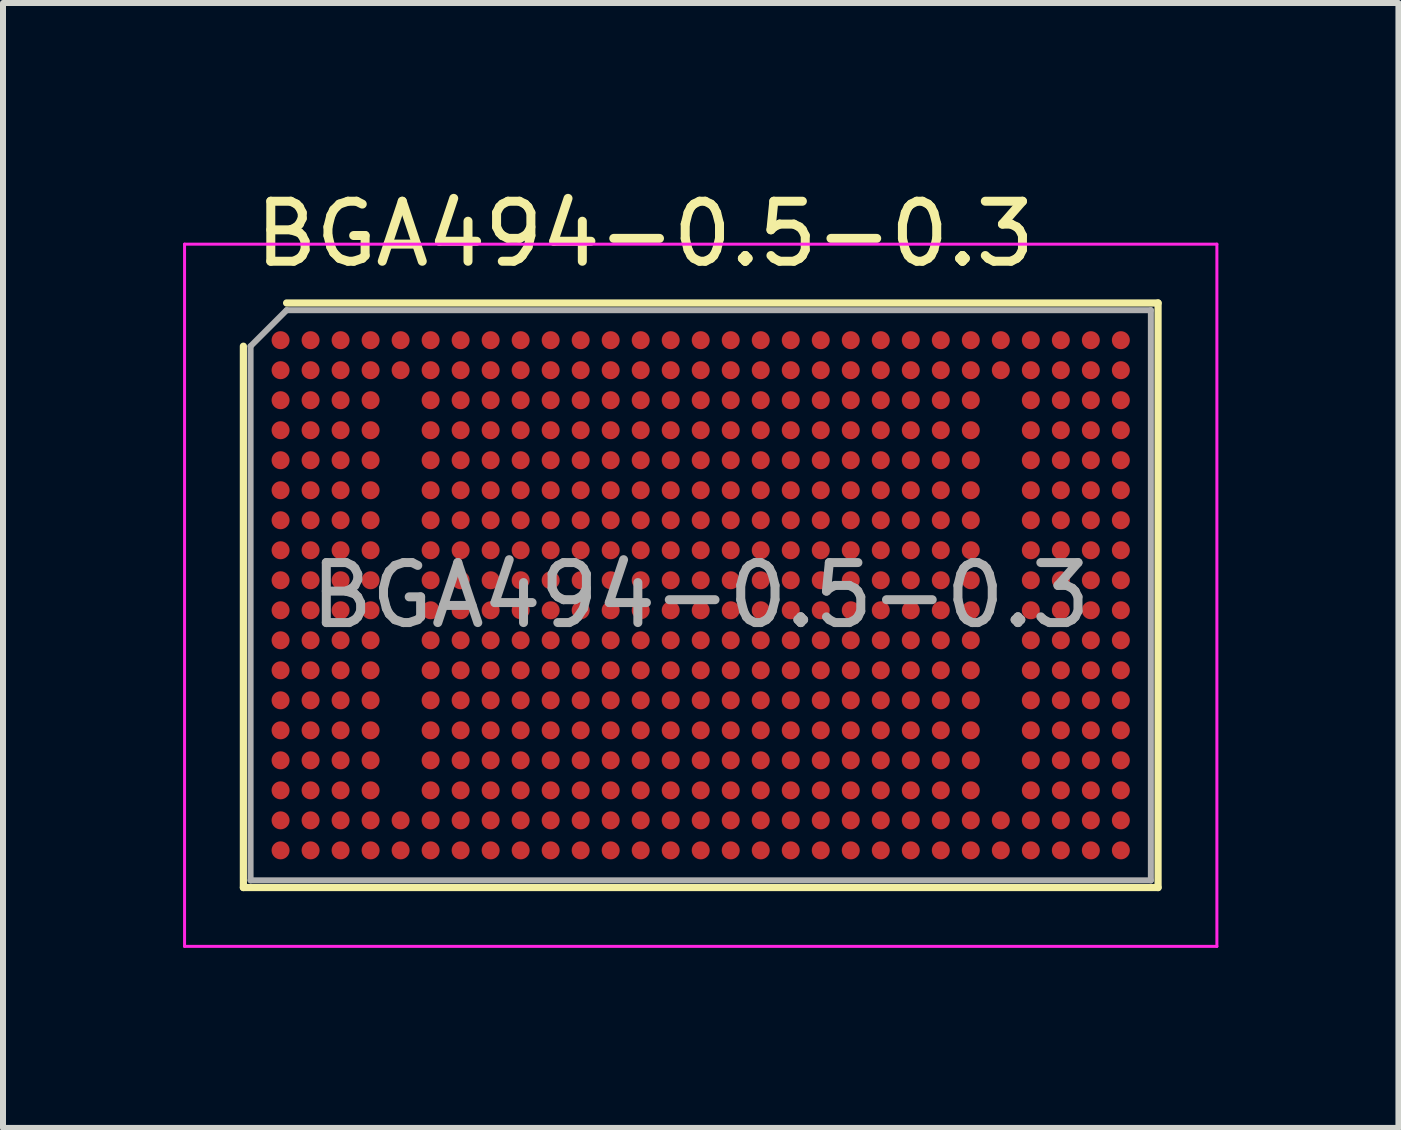
<source format=kicad_pcb>
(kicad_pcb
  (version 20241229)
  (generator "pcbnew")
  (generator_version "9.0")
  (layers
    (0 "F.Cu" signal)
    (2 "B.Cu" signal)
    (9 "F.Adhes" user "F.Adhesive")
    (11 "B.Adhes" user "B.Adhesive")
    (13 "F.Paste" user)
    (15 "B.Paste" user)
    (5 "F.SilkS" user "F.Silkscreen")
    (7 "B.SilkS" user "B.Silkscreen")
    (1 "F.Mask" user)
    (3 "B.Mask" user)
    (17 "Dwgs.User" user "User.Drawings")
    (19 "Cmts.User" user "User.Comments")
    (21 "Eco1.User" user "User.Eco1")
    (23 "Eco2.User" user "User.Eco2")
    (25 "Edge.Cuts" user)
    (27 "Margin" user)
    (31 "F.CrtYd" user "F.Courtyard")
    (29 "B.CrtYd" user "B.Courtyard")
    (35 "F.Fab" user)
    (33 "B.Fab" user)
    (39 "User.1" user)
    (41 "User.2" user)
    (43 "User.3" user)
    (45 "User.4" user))
  (footprint "BGA494-0.5-0.3"
    (layer "F.Cu")
    (at 8.625 6.868)
    (property "Reference" "BGA494-0.5-0.3" (at -7.5 -6.02 0) (layer "F.SilkS") (effects (font (size 1 1) (thickness 0.15)) (justify left)))
    (attr smd)
    (fp_line (start -7.62 -4.15) (end -7.62 4.87) (stroke (width 0.12) (type solid)) (layer "F.SilkS"))
    (fp_line (start -6.9 -4.87) (end 7.62 -4.87) (stroke (width 0.12) (type solid)) (layer "F.SilkS"))
    (fp_line (start 7.62 4.87) (end -7.62 4.87) (stroke (width 0.12) (type solid)) (layer "F.SilkS"))
    (fp_line (start 7.62 4.87) (end 7.62 -4.87) (stroke (width 0.12) (type solid)) (layer "F.SilkS"))
    (fp_line (start -8.6 -5.85) (end -8.6 5.85) (stroke (width 0.05) (type solid)) (layer "F.CrtYd"))
    (fp_line (start -8.6 -5.85) (end 8.6 -5.85) (stroke (width 0.05) (type solid)) (layer "F.CrtYd"))
    (fp_line (start 8.6 5.85) (end -8.6 5.85) (stroke (width 0.05) (type solid)) (layer "F.CrtYd"))
    (fp_line (start 8.6 5.85) (end 8.6 -5.85) (stroke (width 0.05) (type solid)) (layer "F.CrtYd"))
    (fp_line (start -7.5 -4.15) (end -7.5 4.75) (stroke (width 0.1) (type solid)) (layer "F.Fab"))
    (fp_line (start -6.9 -4.75) (end -7.5 -4.15) (stroke (width 0.1) (type solid)) (layer "F.Fab"))
    (fp_line (start -6.9 -4.75) (end 7.5 -4.75) (stroke (width 0.1) (type solid)) (layer "F.Fab"))
    (fp_line (start 7.5 4.75) (end -7.5 4.75) (stroke (width 0.1) (type solid)) (layer "F.Fab"))
    (fp_line (start 7.5 4.75) (end 7.5 -4.75) (stroke (width 0.1) (type solid)) (layer "F.Fab"))
    (fp_text user "${REFERENCE}" (at 0 0 0) (layer "F.Fab") (effects (font (size 1 1) (thickness 0.15))))
    (pad "A1" smd circle (at -7 -4.25) (size 0.3 0.3) (layers "F.Cu" "F.Mask" "F.Paste"))
    (pad "A2" smd circle (at -6.5 -4.25) (size 0.3 0.3) (layers "F.Cu" "F.Mask" "F.Paste"))
    (pad "A3" smd circle (at -6 -4.25) (size 0.3 0.3) (layers "F.Cu" "F.Mask" "F.Paste"))
    (pad "A4" smd circle (at -5.5 -4.25) (size 0.3 0.3) (layers "F.Cu" "F.Mask" "F.Paste"))
    (pad "A5" smd circle (at -5 -4.25) (size 0.3 0.3) (layers "F.Cu" "F.Mask" "F.Paste"))
    (pad "A6" smd circle (at -4.5 -4.25) (size 0.3 0.3) (layers "F.Cu" "F.Mask" "F.Paste"))
    (pad "A7" smd circle (at -4 -4.25) (size 0.3 0.3) (layers "F.Cu" "F.Mask" "F.Paste"))
    (pad "A8" smd circle (at -3.5 -4.25) (size 0.3 0.3) (layers "F.Cu" "F.Mask" "F.Paste"))
    (pad "A9" smd circle (at -3 -4.25) (size 0.3 0.3) (layers "F.Cu" "F.Mask" "F.Paste"))
    (pad "A10" smd circle (at -2.5 -4.25) (size 0.3 0.3) (layers "F.Cu" "F.Mask" "F.Paste"))
    (pad "A11" smd circle (at -2 -4.25) (size 0.3 0.3) (layers "F.Cu" "F.Mask" "F.Paste"))
    (pad "A12" smd circle (at -1.5 -4.25) (size 0.3 0.3) (layers "F.Cu" "F.Mask" "F.Paste"))
    (pad "A13" smd circle (at -1 -4.25) (size 0.3 0.3) (layers "F.Cu" "F.Mask" "F.Paste"))
    (pad "A14" smd circle (at -0.5 -4.25) (size 0.3 0.3) (layers "F.Cu" "F.Mask" "F.Paste"))
    (pad "A15" smd circle (at 0 -4.25) (size 0.3 0.3) (layers "F.Cu" "F.Mask" "F.Paste"))
    (pad "A16" smd circle (at 0.5 -4.25) (size 0.3 0.3) (layers "F.Cu" "F.Mask" "F.Paste"))
    (pad "A17" smd circle (at 1 -4.25) (size 0.3 0.3) (layers "F.Cu" "F.Mask" "F.Paste"))
    (pad "A18" smd circle (at 1.5 -4.25) (size 0.3 0.3) (layers "F.Cu" "F.Mask" "F.Paste"))
    (pad "A19" smd circle (at 2 -4.25) (size 0.3 0.3) (layers "F.Cu" "F.Mask" "F.Paste"))
    (pad "A20" smd circle (at 2.5 -4.25) (size 0.3 0.3) (layers "F.Cu" "F.Mask" "F.Paste"))
    (pad "A21" smd circle (at 3 -4.25) (size 0.3 0.3) (layers "F.Cu" "F.Mask" "F.Paste"))
    (pad "A22" smd circle (at 3.5 -4.25) (size 0.3 0.3) (layers "F.Cu" "F.Mask" "F.Paste"))
    (pad "A23" smd circle (at 4 -4.25) (size 0.3 0.3) (layers "F.Cu" "F.Mask" "F.Paste"))
    (pad "A24" smd circle (at 4.5 -4.25) (size 0.3 0.3) (layers "F.Cu" "F.Mask" "F.Paste"))
    (pad "A25" smd circle (at 5 -4.25) (size 0.3 0.3) (layers "F.Cu" "F.Mask" "F.Paste"))
    (pad "A26" smd circle (at 5.5 -4.25) (size 0.3 0.3) (layers "F.Cu" "F.Mask" "F.Paste"))
    (pad "A27" smd circle (at 6 -4.25) (size 0.3 0.3) (layers "F.Cu" "F.Mask" "F.Paste"))
    (pad "A28" smd circle (at 6.5 -4.25) (size 0.3 0.3) (layers "F.Cu" "F.Mask" "F.Paste"))
    (pad "A29" smd circle (at 7 -4.25) (size 0.3 0.3) (layers "F.Cu" "F.Mask" "F.Paste"))
    (pad "B1" smd circle (at -7 -3.75) (size 0.3 0.3) (layers "F.Cu" "F.Mask" "F.Paste"))
    (pad "B2" smd circle (at -6.5 -3.75) (size 0.3 0.3) (layers "F.Cu" "F.Mask" "F.Paste"))
    (pad "B3" smd circle (at -6 -3.75) (size 0.3 0.3) (layers "F.Cu" "F.Mask" "F.Paste"))
    (pad "B4" smd circle (at -5.5 -3.75) (size 0.3 0.3) (layers "F.Cu" "F.Mask" "F.Paste"))
    (pad "B5" smd circle (at -5 -3.75) (size 0.3 0.3) (layers "F.Cu" "F.Mask" "F.Paste"))
    (pad "B6" smd circle (at -4.5 -3.75) (size 0.3 0.3) (layers "F.Cu" "F.Mask" "F.Paste"))
    (pad "B7" smd circle (at -4 -3.75) (size 0.3 0.3) (layers "F.Cu" "F.Mask" "F.Paste"))
    (pad "B8" smd circle (at -3.5 -3.75) (size 0.3 0.3) (layers "F.Cu" "F.Mask" "F.Paste"))
    (pad "B9" smd circle (at -3 -3.75) (size 0.3 0.3) (layers "F.Cu" "F.Mask" "F.Paste"))
    (pad "B10" smd circle (at -2.5 -3.75) (size 0.3 0.3) (layers "F.Cu" "F.Mask" "F.Paste"))
    (pad "B11" smd circle (at -2 -3.75) (size 0.3 0.3) (layers "F.Cu" "F.Mask" "F.Paste"))
    (pad "B12" smd circle (at -1.5 -3.75) (size 0.3 0.3) (layers "F.Cu" "F.Mask" "F.Paste"))
    (pad "B13" smd circle (at -1 -3.75) (size 0.3 0.3) (layers "F.Cu" "F.Mask" "F.Paste"))
    (pad "B14" smd circle (at -0.5 -3.75) (size 0.3 0.3) (layers "F.Cu" "F.Mask" "F.Paste"))
    (pad "B15" smd circle (at 0 -3.75) (size 0.3 0.3) (layers "F.Cu" "F.Mask" "F.Paste"))
    (pad "B16" smd circle (at 0.5 -3.75) (size 0.3 0.3) (layers "F.Cu" "F.Mask" "F.Paste"))
    (pad "B17" smd circle (at 1 -3.75) (size 0.3 0.3) (layers "F.Cu" "F.Mask" "F.Paste"))
    (pad "B18" smd circle (at 1.5 -3.75) (size 0.3 0.3) (layers "F.Cu" "F.Mask" "F.Paste"))
    (pad "B19" smd circle (at 2 -3.75) (size 0.3 0.3) (layers "F.Cu" "F.Mask" "F.Paste"))
    (pad "B20" smd circle (at 2.5 -3.75) (size 0.3 0.3) (layers "F.Cu" "F.Mask" "F.Paste"))
    (pad "B21" smd circle (at 3 -3.75) (size 0.3 0.3) (layers "F.Cu" "F.Mask" "F.Paste"))
    (pad "B22" smd circle (at 3.5 -3.75) (size 0.3 0.3) (layers "F.Cu" "F.Mask" "F.Paste"))
    (pad "B23" smd circle (at 4 -3.75) (size 0.3 0.3) (layers "F.Cu" "F.Mask" "F.Paste"))
    (pad "B24" smd circle (at 4.5 -3.75) (size 0.3 0.3) (layers "F.Cu" "F.Mask" "F.Paste"))
    (pad "B25" smd circle (at 5 -3.75) (size 0.3 0.3) (layers "F.Cu" "F.Mask" "F.Paste"))
    (pad "B26" smd circle (at 5.5 -3.75) (size 0.3 0.3) (layers "F.Cu" "F.Mask" "F.Paste"))
    (pad "B27" smd circle (at 6 -3.75) (size 0.3 0.3) (layers "F.Cu" "F.Mask" "F.Paste"))
    (pad "B28" smd circle (at 6.5 -3.75) (size 0.3 0.3) (layers "F.Cu" "F.Mask" "F.Paste"))
    (pad "B29" smd circle (at 7 -3.75) (size 0.3 0.3) (layers "F.Cu" "F.Mask" "F.Paste"))
    (pad "C1" smd circle (at -7 -3.25) (size 0.3 0.3) (layers "F.Cu" "F.Mask" "F.Paste"))
    (pad "C2" smd circle (at -6.5 -3.25) (size 0.3 0.3) (layers "F.Cu" "F.Mask" "F.Paste"))
    (pad "C3" smd circle (at -6 -3.25) (size 0.3 0.3) (layers "F.Cu" "F.Mask" "F.Paste"))
    (pad "C4" smd circle (at -5.5 -3.25) (size 0.3 0.3) (layers "F.Cu" "F.Mask" "F.Paste"))
    (pad "C6" smd circle (at -4.5 -3.25) (size 0.3 0.3) (layers "F.Cu" "F.Mask" "F.Paste"))
    (pad "C7" smd circle (at -4 -3.25) (size 0.3 0.3) (layers "F.Cu" "F.Mask" "F.Paste"))
    (pad "C8" smd circle (at -3.5 -3.25) (size 0.3 0.3) (layers "F.Cu" "F.Mask" "F.Paste"))
    (pad "C9" smd circle (at -3 -3.25) (size 0.3 0.3) (layers "F.Cu" "F.Mask" "F.Paste"))
    (pad "C10" smd circle (at -2.5 -3.25) (size 0.3 0.3) (layers "F.Cu" "F.Mask" "F.Paste"))
    (pad "C11" smd circle (at -2 -3.25) (size 0.3 0.3) (layers "F.Cu" "F.Mask" "F.Paste"))
    (pad "C12" smd circle (at -1.5 -3.25) (size 0.3 0.3) (layers "F.Cu" "F.Mask" "F.Paste"))
    (pad "C13" smd circle (at -1 -3.25) (size 0.3 0.3) (layers "F.Cu" "F.Mask" "F.Paste"))
    (pad "C14" smd circle (at -0.5 -3.25) (size 0.3 0.3) (layers "F.Cu" "F.Mask" "F.Paste"))
    (pad "C15" smd circle (at 0 -3.25) (size 0.3 0.3) (layers "F.Cu" "F.Mask" "F.Paste"))
    (pad "C16" smd circle (at 0.5 -3.25) (size 0.3 0.3) (layers "F.Cu" "F.Mask" "F.Paste"))
    (pad "C17" smd circle (at 1 -3.25) (size 0.3 0.3) (layers "F.Cu" "F.Mask" "F.Paste"))
    (pad "C18" smd circle (at 1.5 -3.25) (size 0.3 0.3) (layers "F.Cu" "F.Mask" "F.Paste"))
    (pad "C19" smd circle (at 2 -3.25) (size 0.3 0.3) (layers "F.Cu" "F.Mask" "F.Paste"))
    (pad "C20" smd circle (at 2.5 -3.25) (size 0.3 0.3) (layers "F.Cu" "F.Mask" "F.Paste"))
    (pad "C21" smd circle (at 3 -3.25) (size 0.3 0.3) (layers "F.Cu" "F.Mask" "F.Paste"))
    (pad "C22" smd circle (at 3.5 -3.25) (size 0.3 0.3) (layers "F.Cu" "F.Mask" "F.Paste"))
    (pad "C23" smd circle (at 4 -3.25) (size 0.3 0.3) (layers "F.Cu" "F.Mask" "F.Paste"))
    (pad "C24" smd circle (at 4.5 -3.25) (size 0.3 0.3) (layers "F.Cu" "F.Mask" "F.Paste"))
    (pad "C26" smd circle (at 5.5 -3.25) (size 0.3 0.3) (layers "F.Cu" "F.Mask" "F.Paste"))
    (pad "C27" smd circle (at 6 -3.25) (size 0.3 0.3) (layers "F.Cu" "F.Mask" "F.Paste"))
    (pad "C28" smd circle (at 6.5 -3.25) (size 0.3 0.3) (layers "F.Cu" "F.Mask" "F.Paste"))
    (pad "C29" smd circle (at 7 -3.25) (size 0.3 0.3) (layers "F.Cu" "F.Mask" "F.Paste"))
    (pad "D1" smd circle (at -7 -2.75) (size 0.3 0.3) (layers "F.Cu" "F.Mask" "F.Paste"))
    (pad "D2" smd circle (at -6.5 -2.75) (size 0.3 0.3) (layers "F.Cu" "F.Mask" "F.Paste"))
    (pad "D3" smd circle (at -6 -2.75) (size 0.3 0.3) (layers "F.Cu" "F.Mask" "F.Paste"))
    (pad "D4" smd circle (at -5.5 -2.75) (size 0.3 0.3) (layers "F.Cu" "F.Mask" "F.Paste"))
    (pad "D6" smd circle (at -4.5 -2.75) (size 0.3 0.3) (layers "F.Cu" "F.Mask" "F.Paste"))
    (pad "D7" smd circle (at -4 -2.75) (size 0.3 0.3) (layers "F.Cu" "F.Mask" "F.Paste"))
    (pad "D8" smd circle (at -3.5 -2.75) (size 0.3 0.3) (layers "F.Cu" "F.Mask" "F.Paste"))
    (pad "D9" smd circle (at -3 -2.75) (size 0.3 0.3) (layers "F.Cu" "F.Mask" "F.Paste"))
    (pad "D10" smd circle (at -2.5 -2.75) (size 0.3 0.3) (layers "F.Cu" "F.Mask" "F.Paste"))
    (pad "D11" smd circle (at -2 -2.75) (size 0.3 0.3) (layers "F.Cu" "F.Mask" "F.Paste"))
    (pad "D12" smd circle (at -1.5 -2.75) (size 0.3 0.3) (layers "F.Cu" "F.Mask" "F.Paste"))
    (pad "D13" smd circle (at -1 -2.75) (size 0.3 0.3) (layers "F.Cu" "F.Mask" "F.Paste"))
    (pad "D14" smd circle (at -0.5 -2.75) (size 0.3 0.3) (layers "F.Cu" "F.Mask" "F.Paste"))
    (pad "D15" smd circle (at 0 -2.75) (size 0.3 0.3) (layers "F.Cu" "F.Mask" "F.Paste"))
    (pad "D16" smd circle (at 0.5 -2.75) (size 0.3 0.3) (layers "F.Cu" "F.Mask" "F.Paste"))
    (pad "D17" smd circle (at 1 -2.75) (size 0.3 0.3) (layers "F.Cu" "F.Mask" "F.Paste"))
    (pad "D18" smd circle (at 1.5 -2.75) (size 0.3 0.3) (layers "F.Cu" "F.Mask" "F.Paste"))
    (pad "D19" smd circle (at 2 -2.75) (size 0.3 0.3) (layers "F.Cu" "F.Mask" "F.Paste"))
    (pad "D20" smd circle (at 2.5 -2.75) (size 0.3 0.3) (layers "F.Cu" "F.Mask" "F.Paste"))
    (pad "D21" smd circle (at 3 -2.75) (size 0.3 0.3) (layers "F.Cu" "F.Mask" "F.Paste"))
    (pad "D22" smd circle (at 3.5 -2.75) (size 0.3 0.3) (layers "F.Cu" "F.Mask" "F.Paste"))
    (pad "D23" smd circle (at 4 -2.75) (size 0.3 0.3) (layers "F.Cu" "F.Mask" "F.Paste"))
    (pad "D24" smd circle (at 4.5 -2.75) (size 0.3 0.3) (layers "F.Cu" "F.Mask" "F.Paste"))
    (pad "D26" smd circle (at 5.5 -2.75) (size 0.3 0.3) (layers "F.Cu" "F.Mask" "F.Paste"))
    (pad "D27" smd circle (at 6 -2.75) (size 0.3 0.3) (layers "F.Cu" "F.Mask" "F.Paste"))
    (pad "D28" smd circle (at 6.5 -2.75) (size 0.3 0.3) (layers "F.Cu" "F.Mask" "F.Paste"))
    (pad "D29" smd circle (at 7 -2.75) (size 0.3 0.3) (layers "F.Cu" "F.Mask" "F.Paste"))
    (pad "E1" smd circle (at -7 -2.25) (size 0.3 0.3) (layers "F.Cu" "F.Mask" "F.Paste"))
    (pad "E2" smd circle (at -6.5 -2.25) (size 0.3 0.3) (layers "F.Cu" "F.Mask" "F.Paste"))
    (pad "E3" smd circle (at -6 -2.25) (size 0.3 0.3) (layers "F.Cu" "F.Mask" "F.Paste"))
    (pad "E4" smd circle (at -5.5 -2.25) (size 0.3 0.3) (layers "F.Cu" "F.Mask" "F.Paste"))
    (pad "E6" smd circle (at -4.5 -2.25) (size 0.3 0.3) (layers "F.Cu" "F.Mask" "F.Paste"))
    (pad "E7" smd circle (at -4 -2.25) (size 0.3 0.3) (layers "F.Cu" "F.Mask" "F.Paste"))
    (pad "E8" smd circle (at -3.5 -2.25) (size 0.3 0.3) (layers "F.Cu" "F.Mask" "F.Paste"))
    (pad "E9" smd circle (at -3 -2.25) (size 0.3 0.3) (layers "F.Cu" "F.Mask" "F.Paste"))
    (pad "E10" smd circle (at -2.5 -2.25) (size 0.3 0.3) (layers "F.Cu" "F.Mask" "F.Paste"))
    (pad "E11" smd circle (at -2 -2.25) (size 0.3 0.3) (layers "F.Cu" "F.Mask" "F.Paste"))
    (pad "E12" smd circle (at -1.5 -2.25) (size 0.3 0.3) (layers "F.Cu" "F.Mask" "F.Paste"))
    (pad "E13" smd circle (at -1 -2.25) (size 0.3 0.3) (layers "F.Cu" "F.Mask" "F.Paste"))
    (pad "E14" smd circle (at -0.5 -2.25) (size 0.3 0.3) (layers "F.Cu" "F.Mask" "F.Paste"))
    (pad "E15" smd circle (at 0 -2.25) (size 0.3 0.3) (layers "F.Cu" "F.Mask" "F.Paste"))
    (pad "E16" smd circle (at 0.5 -2.25) (size 0.3 0.3) (layers "F.Cu" "F.Mask" "F.Paste"))
    (pad "E17" smd circle (at 1 -2.25) (size 0.3 0.3) (layers "F.Cu" "F.Mask" "F.Paste"))
    (pad "E18" smd circle (at 1.5 -2.25) (size 0.3 0.3) (layers "F.Cu" "F.Mask" "F.Paste"))
    (pad "E19" smd circle (at 2 -2.25) (size 0.3 0.3) (layers "F.Cu" "F.Mask" "F.Paste"))
    (pad "E20" smd circle (at 2.5 -2.25) (size 0.3 0.3) (layers "F.Cu" "F.Mask" "F.Paste"))
    (pad "E21" smd circle (at 3 -2.25) (size 0.3 0.3) (layers "F.Cu" "F.Mask" "F.Paste"))
    (pad "E22" smd circle (at 3.5 -2.25) (size 0.3 0.3) (layers "F.Cu" "F.Mask" "F.Paste"))
    (pad "E23" smd circle (at 4 -2.25) (size 0.3 0.3) (layers "F.Cu" "F.Mask" "F.Paste"))
    (pad "E24" smd circle (at 4.5 -2.25) (size 0.3 0.3) (layers "F.Cu" "F.Mask" "F.Paste"))
    (pad "E26" smd circle (at 5.5 -2.25) (size 0.3 0.3) (layers "F.Cu" "F.Mask" "F.Paste"))
    (pad "E27" smd circle (at 6 -2.25) (size 0.3 0.3) (layers "F.Cu" "F.Mask" "F.Paste"))
    (pad "E28" smd circle (at 6.5 -2.25) (size 0.3 0.3) (layers "F.Cu" "F.Mask" "F.Paste"))
    (pad "E29" smd circle (at 7 -2.25) (size 0.3 0.3) (layers "F.Cu" "F.Mask" "F.Paste"))
    (pad "F1" smd circle (at -7 -1.75) (size 0.3 0.3) (layers "F.Cu" "F.Mask" "F.Paste"))
    (pad "F2" smd circle (at -6.5 -1.75) (size 0.3 0.3) (layers "F.Cu" "F.Mask" "F.Paste"))
    (pad "F3" smd circle (at -6 -1.75) (size 0.3 0.3) (layers "F.Cu" "F.Mask" "F.Paste"))
    (pad "F4" smd circle (at -5.5 -1.75) (size 0.3 0.3) (layers "F.Cu" "F.Mask" "F.Paste"))
    (pad "F6" smd circle (at -4.5 -1.75) (size 0.3 0.3) (layers "F.Cu" "F.Mask" "F.Paste"))
    (pad "F7" smd circle (at -4 -1.75) (size 0.3 0.3) (layers "F.Cu" "F.Mask" "F.Paste"))
    (pad "F8" smd circle (at -3.5 -1.75) (size 0.3 0.3) (layers "F.Cu" "F.Mask" "F.Paste"))
    (pad "F9" smd circle (at -3 -1.75) (size 0.3 0.3) (layers "F.Cu" "F.Mask" "F.Paste"))
    (pad "F10" smd circle (at -2.5 -1.75) (size 0.3 0.3) (layers "F.Cu" "F.Mask" "F.Paste"))
    (pad "F11" smd circle (at -2 -1.75) (size 0.3 0.3) (layers "F.Cu" "F.Mask" "F.Paste"))
    (pad "F12" smd circle (at -1.5 -1.75) (size 0.3 0.3) (layers "F.Cu" "F.Mask" "F.Paste"))
    (pad "F13" smd circle (at -1 -1.75) (size 0.3 0.3) (layers "F.Cu" "F.Mask" "F.Paste"))
    (pad "F14" smd circle (at -0.5 -1.75) (size 0.3 0.3) (layers "F.Cu" "F.Mask" "F.Paste"))
    (pad "F15" smd circle (at 0 -1.75) (size 0.3 0.3) (layers "F.Cu" "F.Mask" "F.Paste"))
    (pad "F16" smd circle (at 0.5 -1.75) (size 0.3 0.3) (layers "F.Cu" "F.Mask" "F.Paste"))
    (pad "F17" smd circle (at 1 -1.75) (size 0.3 0.3) (layers "F.Cu" "F.Mask" "F.Paste"))
    (pad "F18" smd circle (at 1.5 -1.75) (size 0.3 0.3) (layers "F.Cu" "F.Mask" "F.Paste"))
    (pad "F19" smd circle (at 2 -1.75) (size 0.3 0.3) (layers "F.Cu" "F.Mask" "F.Paste"))
    (pad "F20" smd circle (at 2.5 -1.75) (size 0.3 0.3) (layers "F.Cu" "F.Mask" "F.Paste"))
    (pad "F21" smd circle (at 3 -1.75) (size 0.3 0.3) (layers "F.Cu" "F.Mask" "F.Paste"))
    (pad "F22" smd circle (at 3.5 -1.75) (size 0.3 0.3) (layers "F.Cu" "F.Mask" "F.Paste"))
    (pad "F23" smd circle (at 4 -1.75) (size 0.3 0.3) (layers "F.Cu" "F.Mask" "F.Paste"))
    (pad "F24" smd circle (at 4.5 -1.75) (size 0.3 0.3) (layers "F.Cu" "F.Mask" "F.Paste"))
    (pad "F26" smd circle (at 5.5 -1.75) (size 0.3 0.3) (layers "F.Cu" "F.Mask" "F.Paste"))
    (pad "F27" smd circle (at 6 -1.75) (size 0.3 0.3) (layers "F.Cu" "F.Mask" "F.Paste"))
    (pad "F28" smd circle (at 6.5 -1.75) (size 0.3 0.3) (layers "F.Cu" "F.Mask" "F.Paste"))
    (pad "F29" smd circle (at 7 -1.75) (size 0.3 0.3) (layers "F.Cu" "F.Mask" "F.Paste"))
    (pad "G1" smd circle (at -7 -1.25) (size 0.3 0.3) (layers "F.Cu" "F.Mask" "F.Paste"))
    (pad "G2" smd circle (at -6.5 -1.25) (size 0.3 0.3) (layers "F.Cu" "F.Mask" "F.Paste"))
    (pad "G3" smd circle (at -6 -1.25) (size 0.3 0.3) (layers "F.Cu" "F.Mask" "F.Paste"))
    (pad "G4" smd circle (at -5.5 -1.25) (size 0.3 0.3) (layers "F.Cu" "F.Mask" "F.Paste"))
    (pad "G6" smd circle (at -4.5 -1.25) (size 0.3 0.3) (layers "F.Cu" "F.Mask" "F.Paste"))
    (pad "G7" smd circle (at -4 -1.25) (size 0.3 0.3) (layers "F.Cu" "F.Mask" "F.Paste"))
    (pad "G8" smd circle (at -3.5 -1.25) (size 0.3 0.3) (layers "F.Cu" "F.Mask" "F.Paste"))
    (pad "G9" smd circle (at -3 -1.25) (size 0.3 0.3) (layers "F.Cu" "F.Mask" "F.Paste"))
    (pad "G10" smd circle (at -2.5 -1.25) (size 0.3 0.3) (layers "F.Cu" "F.Mask" "F.Paste"))
    (pad "G11" smd circle (at -2 -1.25) (size 0.3 0.3) (layers "F.Cu" "F.Mask" "F.Paste"))
    (pad "G12" smd circle (at -1.5 -1.25) (size 0.3 0.3) (layers "F.Cu" "F.Mask" "F.Paste"))
    (pad "G13" smd circle (at -1 -1.25) (size 0.3 0.3) (layers "F.Cu" "F.Mask" "F.Paste"))
    (pad "G14" smd circle (at -0.5 -1.25) (size 0.3 0.3) (layers "F.Cu" "F.Mask" "F.Paste"))
    (pad "G15" smd circle (at 0 -1.25) (size 0.3 0.3) (layers "F.Cu" "F.Mask" "F.Paste"))
    (pad "G16" smd circle (at 0.5 -1.25) (size 0.3 0.3) (layers "F.Cu" "F.Mask" "F.Paste"))
    (pad "G17" smd circle (at 1 -1.25) (size 0.3 0.3) (layers "F.Cu" "F.Mask" "F.Paste"))
    (pad "G18" smd circle (at 1.5 -1.25) (size 0.3 0.3) (layers "F.Cu" "F.Mask" "F.Paste"))
    (pad "G19" smd circle (at 2 -1.25) (size 0.3 0.3) (layers "F.Cu" "F.Mask" "F.Paste"))
    (pad "G20" smd circle (at 2.5 -1.25) (size 0.3 0.3) (layers "F.Cu" "F.Mask" "F.Paste"))
    (pad "G21" smd circle (at 3 -1.25) (size 0.3 0.3) (layers "F.Cu" "F.Mask" "F.Paste"))
    (pad "G22" smd circle (at 3.5 -1.25) (size 0.3 0.3) (layers "F.Cu" "F.Mask" "F.Paste"))
    (pad "G23" smd circle (at 4 -1.25) (size 0.3 0.3) (layers "F.Cu" "F.Mask" "F.Paste"))
    (pad "G24" smd circle (at 4.5 -1.25) (size 0.3 0.3) (layers "F.Cu" "F.Mask" "F.Paste"))
    (pad "G26" smd circle (at 5.5 -1.25) (size 0.3 0.3) (layers "F.Cu" "F.Mask" "F.Paste"))
    (pad "G27" smd circle (at 6 -1.25) (size 0.3 0.3) (layers "F.Cu" "F.Mask" "F.Paste"))
    (pad "G28" smd circle (at 6.5 -1.25) (size 0.3 0.3) (layers "F.Cu" "F.Mask" "F.Paste"))
    (pad "G29" smd circle (at 7 -1.25) (size 0.3 0.3) (layers "F.Cu" "F.Mask" "F.Paste"))
    (pad "H1" smd circle (at -7 -0.75) (size 0.3 0.3) (layers "F.Cu" "F.Mask" "F.Paste"))
    (pad "H2" smd circle (at -6.5 -0.75) (size 0.3 0.3) (layers "F.Cu" "F.Mask" "F.Paste"))
    (pad "H3" smd circle (at -6 -0.75) (size 0.3 0.3) (layers "F.Cu" "F.Mask" "F.Paste"))
    (pad "H4" smd circle (at -5.5 -0.75) (size 0.3 0.3) (layers "F.Cu" "F.Mask" "F.Paste"))
    (pad "H6" smd circle (at -4.5 -0.75) (size 0.3 0.3) (layers "F.Cu" "F.Mask" "F.Paste"))
    (pad "H7" smd circle (at -4 -0.75) (size 0.3 0.3) (layers "F.Cu" "F.Mask" "F.Paste"))
    (pad "H8" smd circle (at -3.5 -0.75) (size 0.3 0.3) (layers "F.Cu" "F.Mask" "F.Paste"))
    (pad "H9" smd circle (at -3 -0.75) (size 0.3 0.3) (layers "F.Cu" "F.Mask" "F.Paste"))
    (pad "H10" smd circle (at -2.5 -0.75) (size 0.3 0.3) (layers "F.Cu" "F.Mask" "F.Paste"))
    (pad "H11" smd circle (at -2 -0.75) (size 0.3 0.3) (layers "F.Cu" "F.Mask" "F.Paste"))
    (pad "H12" smd circle (at -1.5 -0.75) (size 0.3 0.3) (layers "F.Cu" "F.Mask" "F.Paste"))
    (pad "H13" smd circle (at -1 -0.75) (size 0.3 0.3) (layers "F.Cu" "F.Mask" "F.Paste"))
    (pad "H14" smd circle (at -0.5 -0.75) (size 0.3 0.3) (layers "F.Cu" "F.Mask" "F.Paste"))
    (pad "H15" smd circle (at 0 -0.75) (size 0.3 0.3) (layers "F.Cu" "F.Mask" "F.Paste"))
    (pad "H16" smd circle (at 0.5 -0.75) (size 0.3 0.3) (layers "F.Cu" "F.Mask" "F.Paste"))
    (pad "H17" smd circle (at 1 -0.75) (size 0.3 0.3) (layers "F.Cu" "F.Mask" "F.Paste"))
    (pad "H18" smd circle (at 1.5 -0.75) (size 0.3 0.3) (layers "F.Cu" "F.Mask" "F.Paste"))
    (pad "H19" smd circle (at 2 -0.75) (size 0.3 0.3) (layers "F.Cu" "F.Mask" "F.Paste"))
    (pad "H20" smd circle (at 2.5 -0.75) (size 0.3 0.3) (layers "F.Cu" "F.Mask" "F.Paste"))
    (pad "H21" smd circle (at 3 -0.75) (size 0.3 0.3) (layers "F.Cu" "F.Mask" "F.Paste"))
    (pad "H22" smd circle (at 3.5 -0.75) (size 0.3 0.3) (layers "F.Cu" "F.Mask" "F.Paste"))
    (pad "H23" smd circle (at 4 -0.75) (size 0.3 0.3) (layers "F.Cu" "F.Mask" "F.Paste"))
    (pad "H24" smd circle (at 4.5 -0.75) (size 0.3 0.3) (layers "F.Cu" "F.Mask" "F.Paste"))
    (pad "H26" smd circle (at 5.5 -0.75) (size 0.3 0.3) (layers "F.Cu" "F.Mask" "F.Paste"))
    (pad "H27" smd circle (at 6 -0.75) (size 0.3 0.3) (layers "F.Cu" "F.Mask" "F.Paste"))
    (pad "H28" smd circle (at 6.5 -0.75) (size 0.3 0.3) (layers "F.Cu" "F.Mask" "F.Paste"))
    (pad "H29" smd circle (at 7 -0.75) (size 0.3 0.3) (layers "F.Cu" "F.Mask" "F.Paste"))
    (pad "J1" smd circle (at -7 -0.25) (size 0.3 0.3) (layers "F.Cu" "F.Mask" "F.Paste"))
    (pad "J2" smd circle (at -6.5 -0.25) (size 0.3 0.3) (layers "F.Cu" "F.Mask" "F.Paste"))
    (pad "J3" smd circle (at -6 -0.25) (size 0.3 0.3) (layers "F.Cu" "F.Mask" "F.Paste"))
    (pad "J4" smd circle (at -5.5 -0.25) (size 0.3 0.3) (layers "F.Cu" "F.Mask" "F.Paste"))
    (pad "J6" smd circle (at -4.5 -0.25) (size 0.3 0.3) (layers "F.Cu" "F.Mask" "F.Paste"))
    (pad "J7" smd circle (at -4 -0.25) (size 0.3 0.3) (layers "F.Cu" "F.Mask" "F.Paste"))
    (pad "J8" smd circle (at -3.5 -0.25) (size 0.3 0.3) (layers "F.Cu" "F.Mask" "F.Paste"))
    (pad "J9" smd circle (at -3 -0.25) (size 0.3 0.3) (layers "F.Cu" "F.Mask" "F.Paste"))
    (pad "J10" smd circle (at -2.5 -0.25) (size 0.3 0.3) (layers "F.Cu" "F.Mask" "F.Paste"))
    (pad "J11" smd circle (at -2 -0.25) (size 0.3 0.3) (layers "F.Cu" "F.Mask" "F.Paste"))
    (pad "J12" smd circle (at -1.5 -0.25) (size 0.3 0.3) (layers "F.Cu" "F.Mask" "F.Paste"))
    (pad "J13" smd circle (at -1 -0.25) (size 0.3 0.3) (layers "F.Cu" "F.Mask" "F.Paste"))
    (pad "J14" smd circle (at -0.5 -0.25) (size 0.3 0.3) (layers "F.Cu" "F.Mask" "F.Paste"))
    (pad "J15" smd circle (at 0 -0.25) (size 0.3 0.3) (layers "F.Cu" "F.Mask" "F.Paste"))
    (pad "J16" smd circle (at 0.5 -0.25) (size 0.3 0.3) (layers "F.Cu" "F.Mask" "F.Paste"))
    (pad "J17" smd circle (at 1 -0.25) (size 0.3 0.3) (layers "F.Cu" "F.Mask" "F.Paste"))
    (pad "J18" smd circle (at 1.5 -0.25) (size 0.3 0.3) (layers "F.Cu" "F.Mask" "F.Paste"))
    (pad "J19" smd circle (at 2 -0.25) (size 0.3 0.3) (layers "F.Cu" "F.Mask" "F.Paste"))
    (pad "J20" smd circle (at 2.5 -0.25) (size 0.3 0.3) (layers "F.Cu" "F.Mask" "F.Paste"))
    (pad "J21" smd circle (at 3 -0.25) (size 0.3 0.3) (layers "F.Cu" "F.Mask" "F.Paste"))
    (pad "J22" smd circle (at 3.5 -0.25) (size 0.3 0.3) (layers "F.Cu" "F.Mask" "F.Paste"))
    (pad "J23" smd circle (at 4 -0.25) (size 0.3 0.3) (layers "F.Cu" "F.Mask" "F.Paste"))
    (pad "J24" smd circle (at 4.5 -0.25) (size 0.3 0.3) (layers "F.Cu" "F.Mask" "F.Paste"))
    (pad "J26" smd circle (at 5.5 -0.25) (size 0.3 0.3) (layers "F.Cu" "F.Mask" "F.Paste"))
    (pad "J27" smd circle (at 6 -0.25) (size 0.3 0.3) (layers "F.Cu" "F.Mask" "F.Paste"))
    (pad "J28" smd circle (at 6.5 -0.25) (size 0.3 0.3) (layers "F.Cu" "F.Mask" "F.Paste"))
    (pad "J29" smd circle (at 7 -0.25) (size 0.3 0.3) (layers "F.Cu" "F.Mask" "F.Paste"))
    (pad "K1" smd circle (at -7 0.25) (size 0.3 0.3) (layers "F.Cu" "F.Mask" "F.Paste"))
    (pad "K2" smd circle (at -6.5 0.25) (size 0.3 0.3) (layers "F.Cu" "F.Mask" "F.Paste"))
    (pad "K3" smd circle (at -6 0.25) (size 0.3 0.3) (layers "F.Cu" "F.Mask" "F.Paste"))
    (pad "K4" smd circle (at -5.5 0.25) (size 0.3 0.3) (layers "F.Cu" "F.Mask" "F.Paste"))
    (pad "K6" smd circle (at -4.5 0.25) (size 0.3 0.3) (layers "F.Cu" "F.Mask" "F.Paste"))
    (pad "K7" smd circle (at -4 0.25) (size 0.3 0.3) (layers "F.Cu" "F.Mask" "F.Paste"))
    (pad "K8" smd circle (at -3.5 0.25) (size 0.3 0.3) (layers "F.Cu" "F.Mask" "F.Paste"))
    (pad "K9" smd circle (at -3 0.25) (size 0.3 0.3) (layers "F.Cu" "F.Mask" "F.Paste"))
    (pad "K10" smd circle (at -2.5 0.25) (size 0.3 0.3) (layers "F.Cu" "F.Mask" "F.Paste"))
    (pad "K11" smd circle (at -2 0.25) (size 0.3 0.3) (layers "F.Cu" "F.Mask" "F.Paste"))
    (pad "K12" smd circle (at -1.5 0.25) (size 0.3 0.3) (layers "F.Cu" "F.Mask" "F.Paste"))
    (pad "K13" smd circle (at -1 0.25) (size 0.3 0.3) (layers "F.Cu" "F.Mask" "F.Paste"))
    (pad "K14" smd circle (at -0.5 0.25) (size 0.3 0.3) (layers "F.Cu" "F.Mask" "F.Paste"))
    (pad "K15" smd circle (at 0 0.25) (size 0.3 0.3) (layers "F.Cu" "F.Mask" "F.Paste"))
    (pad "K16" smd circle (at 0.5 0.25) (size 0.3 0.3) (layers "F.Cu" "F.Mask" "F.Paste"))
    (pad "K17" smd circle (at 1 0.25) (size 0.3 0.3) (layers "F.Cu" "F.Mask" "F.Paste"))
    (pad "K18" smd circle (at 1.5 0.25) (size 0.3 0.3) (layers "F.Cu" "F.Mask" "F.Paste"))
    (pad "K19" smd circle (at 2 0.25) (size 0.3 0.3) (layers "F.Cu" "F.Mask" "F.Paste"))
    (pad "K20" smd circle (at 2.5 0.25) (size 0.3 0.3) (layers "F.Cu" "F.Mask" "F.Paste"))
    (pad "K21" smd circle (at 3 0.25) (size 0.3 0.3) (layers "F.Cu" "F.Mask" "F.Paste"))
    (pad "K22" smd circle (at 3.5 0.25) (size 0.3 0.3) (layers "F.Cu" "F.Mask" "F.Paste"))
    (pad "K23" smd circle (at 4 0.25) (size 0.3 0.3) (layers "F.Cu" "F.Mask" "F.Paste"))
    (pad "K24" smd circle (at 4.5 0.25) (size 0.3 0.3) (layers "F.Cu" "F.Mask" "F.Paste"))
    (pad "K26" smd circle (at 5.5 0.25) (size 0.3 0.3) (layers "F.Cu" "F.Mask" "F.Paste"))
    (pad "K27" smd circle (at 6 0.25) (size 0.3 0.3) (layers "F.Cu" "F.Mask" "F.Paste"))
    (pad "K28" smd circle (at 6.5 0.25) (size 0.3 0.3) (layers "F.Cu" "F.Mask" "F.Paste"))
    (pad "K29" smd circle (at 7 0.25) (size 0.3 0.3) (layers "F.Cu" "F.Mask" "F.Paste"))
    (pad "L1" smd circle (at -7 0.75) (size 0.3 0.3) (layers "F.Cu" "F.Mask" "F.Paste"))
    (pad "L2" smd circle (at -6.5 0.75) (size 0.3 0.3) (layers "F.Cu" "F.Mask" "F.Paste"))
    (pad "L3" smd circle (at -6 0.75) (size 0.3 0.3) (layers "F.Cu" "F.Mask" "F.Paste"))
    (pad "L4" smd circle (at -5.5 0.75) (size 0.3 0.3) (layers "F.Cu" "F.Mask" "F.Paste"))
    (pad "L6" smd circle (at -4.5 0.75) (size 0.3 0.3) (layers "F.Cu" "F.Mask" "F.Paste"))
    (pad "L7" smd circle (at -4 0.75) (size 0.3 0.3) (layers "F.Cu" "F.Mask" "F.Paste"))
    (pad "L8" smd circle (at -3.5 0.75) (size 0.3 0.3) (layers "F.Cu" "F.Mask" "F.Paste"))
    (pad "L9" smd circle (at -3 0.75) (size 0.3 0.3) (layers "F.Cu" "F.Mask" "F.Paste"))
    (pad "L10" smd circle (at -2.5 0.75) (size 0.3 0.3) (layers "F.Cu" "F.Mask" "F.Paste"))
    (pad "L11" smd circle (at -2 0.75) (size 0.3 0.3) (layers "F.Cu" "F.Mask" "F.Paste"))
    (pad "L12" smd circle (at -1.5 0.75) (size 0.3 0.3) (layers "F.Cu" "F.Mask" "F.Paste"))
    (pad "L13" smd circle (at -1 0.75) (size 0.3 0.3) (layers "F.Cu" "F.Mask" "F.Paste"))
    (pad "L14" smd circle (at -0.5 0.75) (size 0.3 0.3) (layers "F.Cu" "F.Mask" "F.Paste"))
    (pad "L15" smd circle (at 0 0.75) (size 0.3 0.3) (layers "F.Cu" "F.Mask" "F.Paste"))
    (pad "L16" smd circle (at 0.5 0.75) (size 0.3 0.3) (layers "F.Cu" "F.Mask" "F.Paste"))
    (pad "L17" smd circle (at 1 0.75) (size 0.3 0.3) (layers "F.Cu" "F.Mask" "F.Paste"))
    (pad "L18" smd circle (at 1.5 0.75) (size 0.3 0.3) (layers "F.Cu" "F.Mask" "F.Paste"))
    (pad "L19" smd circle (at 2 0.75) (size 0.3 0.3) (layers "F.Cu" "F.Mask" "F.Paste"))
    (pad "L20" smd circle (at 2.5 0.75) (size 0.3 0.3) (layers "F.Cu" "F.Mask" "F.Paste"))
    (pad "L21" smd circle (at 3 0.75) (size 0.3 0.3) (layers "F.Cu" "F.Mask" "F.Paste"))
    (pad "L22" smd circle (at 3.5 0.75) (size 0.3 0.3) (layers "F.Cu" "F.Mask" "F.Paste"))
    (pad "L23" smd circle (at 4 0.75) (size 0.3 0.3) (layers "F.Cu" "F.Mask" "F.Paste"))
    (pad "L24" smd circle (at 4.5 0.75) (size 0.3 0.3) (layers "F.Cu" "F.Mask" "F.Paste"))
    (pad "L26" smd circle (at 5.5 0.75) (size 0.3 0.3) (layers "F.Cu" "F.Mask" "F.Paste"))
    (pad "L27" smd circle (at 6 0.75) (size 0.3 0.3) (layers "F.Cu" "F.Mask" "F.Paste"))
    (pad "L28" smd circle (at 6.5 0.75) (size 0.3 0.3) (layers "F.Cu" "F.Mask" "F.Paste"))
    (pad "L29" smd circle (at 7 0.75) (size 0.3 0.3) (layers "F.Cu" "F.Mask" "F.Paste"))
    (pad "M1" smd circle (at -7 1.25) (size 0.3 0.3) (layers "F.Cu" "F.Mask" "F.Paste"))
    (pad "M2" smd circle (at -6.5 1.25) (size 0.3 0.3) (layers "F.Cu" "F.Mask" "F.Paste"))
    (pad "M3" smd circle (at -6 1.25) (size 0.3 0.3) (layers "F.Cu" "F.Mask" "F.Paste"))
    (pad "M4" smd circle (at -5.5 1.25) (size 0.3 0.3) (layers "F.Cu" "F.Mask" "F.Paste"))
    (pad "M6" smd circle (at -4.5 1.25) (size 0.3 0.3) (layers "F.Cu" "F.Mask" "F.Paste"))
    (pad "M7" smd circle (at -4 1.25) (size 0.3 0.3) (layers "F.Cu" "F.Mask" "F.Paste"))
    (pad "M8" smd circle (at -3.5 1.25) (size 0.3 0.3) (layers "F.Cu" "F.Mask" "F.Paste"))
    (pad "M9" smd circle (at -3 1.25) (size 0.3 0.3) (layers "F.Cu" "F.Mask" "F.Paste"))
    (pad "M10" smd circle (at -2.5 1.25) (size 0.3 0.3) (layers "F.Cu" "F.Mask" "F.Paste"))
    (pad "M11" smd circle (at -2 1.25) (size 0.3 0.3) (layers "F.Cu" "F.Mask" "F.Paste"))
    (pad "M12" smd circle (at -1.5 1.25) (size 0.3 0.3) (layers "F.Cu" "F.Mask" "F.Paste"))
    (pad "M13" smd circle (at -1 1.25) (size 0.3 0.3) (layers "F.Cu" "F.Mask" "F.Paste"))
    (pad "M14" smd circle (at -0.5 1.25) (size 0.3 0.3) (layers "F.Cu" "F.Mask" "F.Paste"))
    (pad "M15" smd circle (at 0 1.25) (size 0.3 0.3) (layers "F.Cu" "F.Mask" "F.Paste"))
    (pad "M16" smd circle (at 0.5 1.25) (size 0.3 0.3) (layers "F.Cu" "F.Mask" "F.Paste"))
    (pad "M17" smd circle (at 1 1.25) (size 0.3 0.3) (layers "F.Cu" "F.Mask" "F.Paste"))
    (pad "M18" smd circle (at 1.5 1.25) (size 0.3 0.3) (layers "F.Cu" "F.Mask" "F.Paste"))
    (pad "M19" smd circle (at 2 1.25) (size 0.3 0.3) (layers "F.Cu" "F.Mask" "F.Paste"))
    (pad "M20" smd circle (at 2.5 1.25) (size 0.3 0.3) (layers "F.Cu" "F.Mask" "F.Paste"))
    (pad "M21" smd circle (at 3 1.25) (size 0.3 0.3) (layers "F.Cu" "F.Mask" "F.Paste"))
    (pad "M22" smd circle (at 3.5 1.25) (size 0.3 0.3) (layers "F.Cu" "F.Mask" "F.Paste"))
    (pad "M23" smd circle (at 4 1.25) (size 0.3 0.3) (layers "F.Cu" "F.Mask" "F.Paste"))
    (pad "M24" smd circle (at 4.5 1.25) (size 0.3 0.3) (layers "F.Cu" "F.Mask" "F.Paste"))
    (pad "M26" smd circle (at 5.5 1.25) (size 0.3 0.3) (layers "F.Cu" "F.Mask" "F.Paste"))
    (pad "M27" smd circle (at 6 1.25) (size 0.3 0.3) (layers "F.Cu" "F.Mask" "F.Paste"))
    (pad "M28" smd circle (at 6.5 1.25) (size 0.3 0.3) (layers "F.Cu" "F.Mask" "F.Paste"))
    (pad "M29" smd circle (at 7 1.25) (size 0.3 0.3) (layers "F.Cu" "F.Mask" "F.Paste"))
    (pad "N1" smd circle (at -7 1.75) (size 0.3 0.3) (layers "F.Cu" "F.Mask" "F.Paste"))
    (pad "N2" smd circle (at -6.5 1.75) (size 0.3 0.3) (layers "F.Cu" "F.Mask" "F.Paste"))
    (pad "N3" smd circle (at -6 1.75) (size 0.3 0.3) (layers "F.Cu" "F.Mask" "F.Paste"))
    (pad "N4" smd circle (at -5.5 1.75) (size 0.3 0.3) (layers "F.Cu" "F.Mask" "F.Paste"))
    (pad "N6" smd circle (at -4.5 1.75) (size 0.3 0.3) (layers "F.Cu" "F.Mask" "F.Paste"))
    (pad "N7" smd circle (at -4 1.75) (size 0.3 0.3) (layers "F.Cu" "F.Mask" "F.Paste"))
    (pad "N8" smd circle (at -3.5 1.75) (size 0.3 0.3) (layers "F.Cu" "F.Mask" "F.Paste"))
    (pad "N9" smd circle (at -3 1.75) (size 0.3 0.3) (layers "F.Cu" "F.Mask" "F.Paste"))
    (pad "N10" smd circle (at -2.5 1.75) (size 0.3 0.3) (layers "F.Cu" "F.Mask" "F.Paste"))
    (pad "N11" smd circle (at -2 1.75) (size 0.3 0.3) (layers "F.Cu" "F.Mask" "F.Paste"))
    (pad "N12" smd circle (at -1.5 1.75) (size 0.3 0.3) (layers "F.Cu" "F.Mask" "F.Paste"))
    (pad "N13" smd circle (at -1 1.75) (size 0.3 0.3) (layers "F.Cu" "F.Mask" "F.Paste"))
    (pad "N14" smd circle (at -0.5 1.75) (size 0.3 0.3) (layers "F.Cu" "F.Mask" "F.Paste"))
    (pad "N15" smd circle (at 0 1.75) (size 0.3 0.3) (layers "F.Cu" "F.Mask" "F.Paste"))
    (pad "N16" smd circle (at 0.5 1.75) (size 0.3 0.3) (layers "F.Cu" "F.Mask" "F.Paste"))
    (pad "N17" smd circle (at 1 1.75) (size 0.3 0.3) (layers "F.Cu" "F.Mask" "F.Paste"))
    (pad "N18" smd circle (at 1.5 1.75) (size 0.3 0.3) (layers "F.Cu" "F.Mask" "F.Paste"))
    (pad "N19" smd circle (at 2 1.75) (size 0.3 0.3) (layers "F.Cu" "F.Mask" "F.Paste"))
    (pad "N20" smd circle (at 2.5 1.75) (size 0.3 0.3) (layers "F.Cu" "F.Mask" "F.Paste"))
    (pad "N21" smd circle (at 3 1.75) (size 0.3 0.3) (layers "F.Cu" "F.Mask" "F.Paste"))
    (pad "N22" smd circle (at 3.5 1.75) (size 0.3 0.3) (layers "F.Cu" "F.Mask" "F.Paste"))
    (pad "N23" smd circle (at 4 1.75) (size 0.3 0.3) (layers "F.Cu" "F.Mask" "F.Paste"))
    (pad "N24" smd circle (at 4.5 1.75) (size 0.3 0.3) (layers "F.Cu" "F.Mask" "F.Paste"))
    (pad "N26" smd circle (at 5.5 1.75) (size 0.3 0.3) (layers "F.Cu" "F.Mask" "F.Paste"))
    (pad "N27" smd circle (at 6 1.75) (size 0.3 0.3) (layers "F.Cu" "F.Mask" "F.Paste"))
    (pad "N28" smd circle (at 6.5 1.75) (size 0.3 0.3) (layers "F.Cu" "F.Mask" "F.Paste"))
    (pad "N29" smd circle (at 7 1.75) (size 0.3 0.3) (layers "F.Cu" "F.Mask" "F.Paste"))
    (pad "P1" smd circle (at -7 2.25) (size 0.3 0.3) (layers "F.Cu" "F.Mask" "F.Paste"))
    (pad "P2" smd circle (at -6.5 2.25) (size 0.3 0.3) (layers "F.Cu" "F.Mask" "F.Paste"))
    (pad "P3" smd circle (at -6 2.25) (size 0.3 0.3) (layers "F.Cu" "F.Mask" "F.Paste"))
    (pad "P4" smd circle (at -5.5 2.25) (size 0.3 0.3) (layers "F.Cu" "F.Mask" "F.Paste"))
    (pad "P6" smd circle (at -4.5 2.25) (size 0.3 0.3) (layers "F.Cu" "F.Mask" "F.Paste"))
    (pad "P7" smd circle (at -4 2.25) (size 0.3 0.3) (layers "F.Cu" "F.Mask" "F.Paste"))
    (pad "P8" smd circle (at -3.5 2.25) (size 0.3 0.3) (layers "F.Cu" "F.Mask" "F.Paste"))
    (pad "P9" smd circle (at -3 2.25) (size 0.3 0.3) (layers "F.Cu" "F.Mask" "F.Paste"))
    (pad "P10" smd circle (at -2.5 2.25) (size 0.3 0.3) (layers "F.Cu" "F.Mask" "F.Paste"))
    (pad "P11" smd circle (at -2 2.25) (size 0.3 0.3) (layers "F.Cu" "F.Mask" "F.Paste"))
    (pad "P12" smd circle (at -1.5 2.25) (size 0.3 0.3) (layers "F.Cu" "F.Mask" "F.Paste"))
    (pad "P13" smd circle (at -1 2.25) (size 0.3 0.3) (layers "F.Cu" "F.Mask" "F.Paste"))
    (pad "P14" smd circle (at -0.5 2.25) (size 0.3 0.3) (layers "F.Cu" "F.Mask" "F.Paste"))
    (pad "P15" smd circle (at 0 2.25) (size 0.3 0.3) (layers "F.Cu" "F.Mask" "F.Paste"))
    (pad "P16" smd circle (at 0.5 2.25) (size 0.3 0.3) (layers "F.Cu" "F.Mask" "F.Paste"))
    (pad "P17" smd circle (at 1 2.25) (size 0.3 0.3) (layers "F.Cu" "F.Mask" "F.Paste"))
    (pad "P18" smd circle (at 1.5 2.25) (size 0.3 0.3) (layers "F.Cu" "F.Mask" "F.Paste"))
    (pad "P19" smd circle (at 2 2.25) (size 0.3 0.3) (layers "F.Cu" "F.Mask" "F.Paste"))
    (pad "P20" smd circle (at 2.5 2.25) (size 0.3 0.3) (layers "F.Cu" "F.Mask" "F.Paste"))
    (pad "P21" smd circle (at 3 2.25) (size 0.3 0.3) (layers "F.Cu" "F.Mask" "F.Paste"))
    (pad "P22" smd circle (at 3.5 2.25) (size 0.3 0.3) (layers "F.Cu" "F.Mask" "F.Paste"))
    (pad "P23" smd circle (at 4 2.25) (size 0.3 0.3) (layers "F.Cu" "F.Mask" "F.Paste"))
    (pad "P24" smd circle (at 4.5 2.25) (size 0.3 0.3) (layers "F.Cu" "F.Mask" "F.Paste"))
    (pad "P26" smd circle (at 5.5 2.25) (size 0.3 0.3) (layers "F.Cu" "F.Mask" "F.Paste"))
    (pad "P27" smd circle (at 6 2.25) (size 0.3 0.3) (layers "F.Cu" "F.Mask" "F.Paste"))
    (pad "P28" smd circle (at 6.5 2.25) (size 0.3 0.3) (layers "F.Cu" "F.Mask" "F.Paste"))
    (pad "P29" smd circle (at 7 2.25) (size 0.3 0.3) (layers "F.Cu" "F.Mask" "F.Paste"))
    (pad "R1" smd circle (at -7 2.75) (size 0.3 0.3) (layers "F.Cu" "F.Mask" "F.Paste"))
    (pad "R2" smd circle (at -6.5 2.75) (size 0.3 0.3) (layers "F.Cu" "F.Mask" "F.Paste"))
    (pad "R3" smd circle (at -6 2.75) (size 0.3 0.3) (layers "F.Cu" "F.Mask" "F.Paste"))
    (pad "R4" smd circle (at -5.5 2.75) (size 0.3 0.3) (layers "F.Cu" "F.Mask" "F.Paste"))
    (pad "R6" smd circle (at -4.5 2.75) (size 0.3 0.3) (layers "F.Cu" "F.Mask" "F.Paste"))
    (pad "R7" smd circle (at -4 2.75) (size 0.3 0.3) (layers "F.Cu" "F.Mask" "F.Paste"))
    (pad "R8" smd circle (at -3.5 2.75) (size 0.3 0.3) (layers "F.Cu" "F.Mask" "F.Paste"))
    (pad "R9" smd circle (at -3 2.75) (size 0.3 0.3) (layers "F.Cu" "F.Mask" "F.Paste"))
    (pad "R10" smd circle (at -2.5 2.75) (size 0.3 0.3) (layers "F.Cu" "F.Mask" "F.Paste"))
    (pad "R11" smd circle (at -2 2.75) (size 0.3 0.3) (layers "F.Cu" "F.Mask" "F.Paste"))
    (pad "R12" smd circle (at -1.5 2.75) (size 0.3 0.3) (layers "F.Cu" "F.Mask" "F.Paste"))
    (pad "R13" smd circle (at -1 2.75) (size 0.3 0.3) (layers "F.Cu" "F.Mask" "F.Paste"))
    (pad "R14" smd circle (at -0.5 2.75) (size 0.3 0.3) (layers "F.Cu" "F.Mask" "F.Paste"))
    (pad "R15" smd circle (at 0 2.75) (size 0.3 0.3) (layers "F.Cu" "F.Mask" "F.Paste"))
    (pad "R16" smd circle (at 0.5 2.75) (size 0.3 0.3) (layers "F.Cu" "F.Mask" "F.Paste"))
    (pad "R17" smd circle (at 1 2.75) (size 0.3 0.3) (layers "F.Cu" "F.Mask" "F.Paste"))
    (pad "R18" smd circle (at 1.5 2.75) (size 0.3 0.3) (layers "F.Cu" "F.Mask" "F.Paste"))
    (pad "R19" smd circle (at 2 2.75) (size 0.3 0.3) (layers "F.Cu" "F.Mask" "F.Paste"))
    (pad "R20" smd circle (at 2.5 2.75) (size 0.3 0.3) (layers "F.Cu" "F.Mask" "F.Paste"))
    (pad "R21" smd circle (at 3 2.75) (size 0.3 0.3) (layers "F.Cu" "F.Mask" "F.Paste"))
    (pad "R22" smd circle (at 3.5 2.75) (size 0.3 0.3) (layers "F.Cu" "F.Mask" "F.Paste"))
    (pad "R23" smd circle (at 4 2.75) (size 0.3 0.3) (layers "F.Cu" "F.Mask" "F.Paste"))
    (pad "R24" smd circle (at 4.5 2.75) (size 0.3 0.3) (layers "F.Cu" "F.Mask" "F.Paste"))
    (pad "R26" smd circle (at 5.5 2.75) (size 0.3 0.3) (layers "F.Cu" "F.Mask" "F.Paste"))
    (pad "R27" smd circle (at 6 2.75) (size 0.3 0.3) (layers "F.Cu" "F.Mask" "F.Paste"))
    (pad "R28" smd circle (at 6.5 2.75) (size 0.3 0.3) (layers "F.Cu" "F.Mask" "F.Paste"))
    (pad "R29" smd circle (at 7 2.75) (size 0.3 0.3) (layers "F.Cu" "F.Mask" "F.Paste"))
    (pad "T1" smd circle (at -7 3.25) (size 0.3 0.3) (layers "F.Cu" "F.Mask" "F.Paste"))
    (pad "T2" smd circle (at -6.5 3.25) (size 0.3 0.3) (layers "F.Cu" "F.Mask" "F.Paste"))
    (pad "T3" smd circle (at -6 3.25) (size 0.3 0.3) (layers "F.Cu" "F.Mask" "F.Paste"))
    (pad "T4" smd circle (at -5.5 3.25) (size 0.3 0.3) (layers "F.Cu" "F.Mask" "F.Paste"))
    (pad "T6" smd circle (at -4.5 3.25) (size 0.3 0.3) (layers "F.Cu" "F.Mask" "F.Paste"))
    (pad "T7" smd circle (at -4 3.25) (size 0.3 0.3) (layers "F.Cu" "F.Mask" "F.Paste"))
    (pad "T8" smd circle (at -3.5 3.25) (size 0.3 0.3) (layers "F.Cu" "F.Mask" "F.Paste"))
    (pad "T9" smd circle (at -3 3.25) (size 0.3 0.3) (layers "F.Cu" "F.Mask" "F.Paste"))
    (pad "T10" smd circle (at -2.5 3.25) (size 0.3 0.3) (layers "F.Cu" "F.Mask" "F.Paste"))
    (pad "T11" smd circle (at -2 3.25) (size 0.3 0.3) (layers "F.Cu" "F.Mask" "F.Paste"))
    (pad "T12" smd circle (at -1.5 3.25) (size 0.3 0.3) (layers "F.Cu" "F.Mask" "F.Paste"))
    (pad "T13" smd circle (at -1 3.25) (size 0.3 0.3) (layers "F.Cu" "F.Mask" "F.Paste"))
    (pad "T14" smd circle (at -0.5 3.25) (size 0.3 0.3) (layers "F.Cu" "F.Mask" "F.Paste"))
    (pad "T15" smd circle (at 0 3.25) (size 0.3 0.3) (layers "F.Cu" "F.Mask" "F.Paste"))
    (pad "T16" smd circle (at 0.5 3.25) (size 0.3 0.3) (layers "F.Cu" "F.Mask" "F.Paste"))
    (pad "T17" smd circle (at 1 3.25) (size 0.3 0.3) (layers "F.Cu" "F.Mask" "F.Paste"))
    (pad "T18" smd circle (at 1.5 3.25) (size 0.3 0.3) (layers "F.Cu" "F.Mask" "F.Paste"))
    (pad "T19" smd circle (at 2 3.25) (size 0.3 0.3) (layers "F.Cu" "F.Mask" "F.Paste"))
    (pad "T20" smd circle (at 2.5 3.25) (size 0.3 0.3) (layers "F.Cu" "F.Mask" "F.Paste"))
    (pad "T21" smd circle (at 3 3.25) (size 0.3 0.3) (layers "F.Cu" "F.Mask" "F.Paste"))
    (pad "T22" smd circle (at 3.5 3.25) (size 0.3 0.3) (layers "F.Cu" "F.Mask" "F.Paste"))
    (pad "T23" smd circle (at 4 3.25) (size 0.3 0.3) (layers "F.Cu" "F.Mask" "F.Paste"))
    (pad "T24" smd circle (at 4.5 3.25) (size 0.3 0.3) (layers "F.Cu" "F.Mask" "F.Paste"))
    (pad "T26" smd circle (at 5.5 3.25) (size 0.3 0.3) (layers "F.Cu" "F.Mask" "F.Paste"))
    (pad "T27" smd circle (at 6 3.25) (size 0.3 0.3) (layers "F.Cu" "F.Mask" "F.Paste"))
    (pad "T28" smd circle (at 6.5 3.25) (size 0.3 0.3) (layers "F.Cu" "F.Mask" "F.Paste"))
    (pad "T29" smd circle (at 7 3.25) (size 0.3 0.3) (layers "F.Cu" "F.Mask" "F.Paste"))
    (pad "U1" smd circle (at -7 3.75) (size 0.3 0.3) (layers "F.Cu" "F.Mask" "F.Paste"))
    (pad "U2" smd circle (at -6.5 3.75) (size 0.3 0.3) (layers "F.Cu" "F.Mask" "F.Paste"))
    (pad "U3" smd circle (at -6 3.75) (size 0.3 0.3) (layers "F.Cu" "F.Mask" "F.Paste"))
    (pad "U4" smd circle (at -5.5 3.75) (size 0.3 0.3) (layers "F.Cu" "F.Mask" "F.Paste"))
    (pad "U5" smd circle (at -5 3.75) (size 0.3 0.3) (layers "F.Cu" "F.Mask" "F.Paste"))
    (pad "U6" smd circle (at -4.5 3.75) (size 0.3 0.3) (layers "F.Cu" "F.Mask" "F.Paste"))
    (pad "U7" smd circle (at -4 3.75) (size 0.3 0.3) (layers "F.Cu" "F.Mask" "F.Paste"))
    (pad "U8" smd circle (at -3.5 3.75) (size 0.3 0.3) (layers "F.Cu" "F.Mask" "F.Paste"))
    (pad "U9" smd circle (at -3 3.75) (size 0.3 0.3) (layers "F.Cu" "F.Mask" "F.Paste"))
    (pad "U10" smd circle (at -2.5 3.75) (size 0.3 0.3) (layers "F.Cu" "F.Mask" "F.Paste"))
    (pad "U11" smd circle (at -2 3.75) (size 0.3 0.3) (layers "F.Cu" "F.Mask" "F.Paste"))
    (pad "U12" smd circle (at -1.5 3.75) (size 0.3 0.3) (layers "F.Cu" "F.Mask" "F.Paste"))
    (pad "U13" smd circle (at -1 3.75) (size 0.3 0.3) (layers "F.Cu" "F.Mask" "F.Paste"))
    (pad "U14" smd circle (at -0.5 3.75) (size 0.3 0.3) (layers "F.Cu" "F.Mask" "F.Paste"))
    (pad "U15" smd circle (at 0 3.75) (size 0.3 0.3) (layers "F.Cu" "F.Mask" "F.Paste"))
    (pad "U16" smd circle (at 0.5 3.75) (size 0.3 0.3) (layers "F.Cu" "F.Mask" "F.Paste"))
    (pad "U17" smd circle (at 1 3.75) (size 0.3 0.3) (layers "F.Cu" "F.Mask" "F.Paste"))
    (pad "U18" smd circle (at 1.5 3.75) (size 0.3 0.3) (layers "F.Cu" "F.Mask" "F.Paste"))
    (pad "U19" smd circle (at 2 3.75) (size 0.3 0.3) (layers "F.Cu" "F.Mask" "F.Paste"))
    (pad "U20" smd circle (at 2.5 3.75) (size 0.3 0.3) (layers "F.Cu" "F.Mask" "F.Paste"))
    (pad "U21" smd circle (at 3 3.75) (size 0.3 0.3) (layers "F.Cu" "F.Mask" "F.Paste"))
    (pad "U22" smd circle (at 3.5 3.75) (size 0.3 0.3) (layers "F.Cu" "F.Mask" "F.Paste"))
    (pad "U23" smd circle (at 4 3.75) (size 0.3 0.3) (layers "F.Cu" "F.Mask" "F.Paste"))
    (pad "U24" smd circle (at 4.5 3.75) (size 0.3 0.3) (layers "F.Cu" "F.Mask" "F.Paste"))
    (pad "U25" smd circle (at 5 3.75) (size 0.3 0.3) (layers "F.Cu" "F.Mask" "F.Paste"))
    (pad "U26" smd circle (at 5.5 3.75) (size 0.3 0.3) (layers "F.Cu" "F.Mask" "F.Paste"))
    (pad "U27" smd circle (at 6 3.75) (size 0.3 0.3) (layers "F.Cu" "F.Mask" "F.Paste"))
    (pad "U28" smd circle (at 6.5 3.75) (size 0.3 0.3) (layers "F.Cu" "F.Mask" "F.Paste"))
    (pad "U29" smd circle (at 7 3.75) (size 0.3 0.3) (layers "F.Cu" "F.Mask" "F.Paste"))
    (pad "V1" smd circle (at -7 4.25) (size 0.3 0.3) (layers "F.Cu" "F.Mask" "F.Paste"))
    (pad "V2" smd circle (at -6.5 4.25) (size 0.3 0.3) (layers "F.Cu" "F.Mask" "F.Paste"))
    (pad "V3" smd circle (at -6 4.25) (size 0.3 0.3) (layers "F.Cu" "F.Mask" "F.Paste"))
    (pad "V4" smd circle (at -5.5 4.25) (size 0.3 0.3) (layers "F.Cu" "F.Mask" "F.Paste"))
    (pad "V5" smd circle (at -5 4.25) (size 0.3 0.3) (layers "F.Cu" "F.Mask" "F.Paste"))
    (pad "V6" smd circle (at -4.5 4.25) (size 0.3 0.3) (layers "F.Cu" "F.Mask" "F.Paste"))
    (pad "V7" smd circle (at -4 4.25) (size 0.3 0.3) (layers "F.Cu" "F.Mask" "F.Paste"))
    (pad "V8" smd circle (at -3.5 4.25) (size 0.3 0.3) (layers "F.Cu" "F.Mask" "F.Paste"))
    (pad "V9" smd circle (at -3 4.25) (size 0.3 0.3) (layers "F.Cu" "F.Mask" "F.Paste"))
    (pad "V10" smd circle (at -2.5 4.25) (size 0.3 0.3) (layers "F.Cu" "F.Mask" "F.Paste"))
    (pad "V11" smd circle (at -2 4.25) (size 0.3 0.3) (layers "F.Cu" "F.Mask" "F.Paste"))
    (pad "V12" smd circle (at -1.5 4.25) (size 0.3 0.3) (layers "F.Cu" "F.Mask" "F.Paste"))
    (pad "V13" smd circle (at -1 4.25) (size 0.3 0.3) (layers "F.Cu" "F.Mask" "F.Paste"))
    (pad "V14" smd circle (at -0.5 4.25) (size 0.3 0.3) (layers "F.Cu" "F.Mask" "F.Paste"))
    (pad "V15" smd circle (at 0 4.25) (size 0.3 0.3) (layers "F.Cu" "F.Mask" "F.Paste"))
    (pad "V16" smd circle (at 0.5 4.25) (size 0.3 0.3) (layers "F.Cu" "F.Mask" "F.Paste"))
    (pad "V17" smd circle (at 1 4.25) (size 0.3 0.3) (layers "F.Cu" "F.Mask" "F.Paste"))
    (pad "V18" smd circle (at 1.5 4.25) (size 0.3 0.3) (layers "F.Cu" "F.Mask" "F.Paste"))
    (pad "V19" smd circle (at 2 4.25) (size 0.3 0.3) (layers "F.Cu" "F.Mask" "F.Paste"))
    (pad "V20" smd circle (at 2.5 4.25) (size 0.3 0.3) (layers "F.Cu" "F.Mask" "F.Paste"))
    (pad "V21" smd circle (at 3 4.25) (size 0.3 0.3) (layers "F.Cu" "F.Mask" "F.Paste"))
    (pad "V22" smd circle (at 3.5 4.25) (size 0.3 0.3) (layers "F.Cu" "F.Mask" "F.Paste"))
    (pad "V23" smd circle (at 4 4.25) (size 0.3 0.3) (layers "F.Cu" "F.Mask" "F.Paste"))
    (pad "V24" smd circle (at 4.5 4.25) (size 0.3 0.3) (layers "F.Cu" "F.Mask" "F.Paste"))
    (pad "V25" smd circle (at 5 4.25) (size 0.3 0.3) (layers "F.Cu" "F.Mask" "F.Paste"))
    (pad "V26" smd circle (at 5.5 4.25) (size 0.3 0.3) (layers "F.Cu" "F.Mask" "F.Paste"))
    (pad "V27" smd circle (at 6 4.25) (size 0.3 0.3) (layers "F.Cu" "F.Mask" "F.Paste"))
    (pad "V28" smd circle (at 6.5 4.25) (size 0.3 0.3) (layers "F.Cu" "F.Mask" "F.Paste"))
    (pad "V29" smd circle (at 7 4.25) (size 0.3 0.3) (layers "F.Cu" "F.Mask" "F.Paste")))
  (gr_rect
    (start -3 -3)
    (end 20.25 15.743)
    (stroke (width 0.1) (type default))
    (fill no)
    (layer "Edge.Cuts")))
</source>
